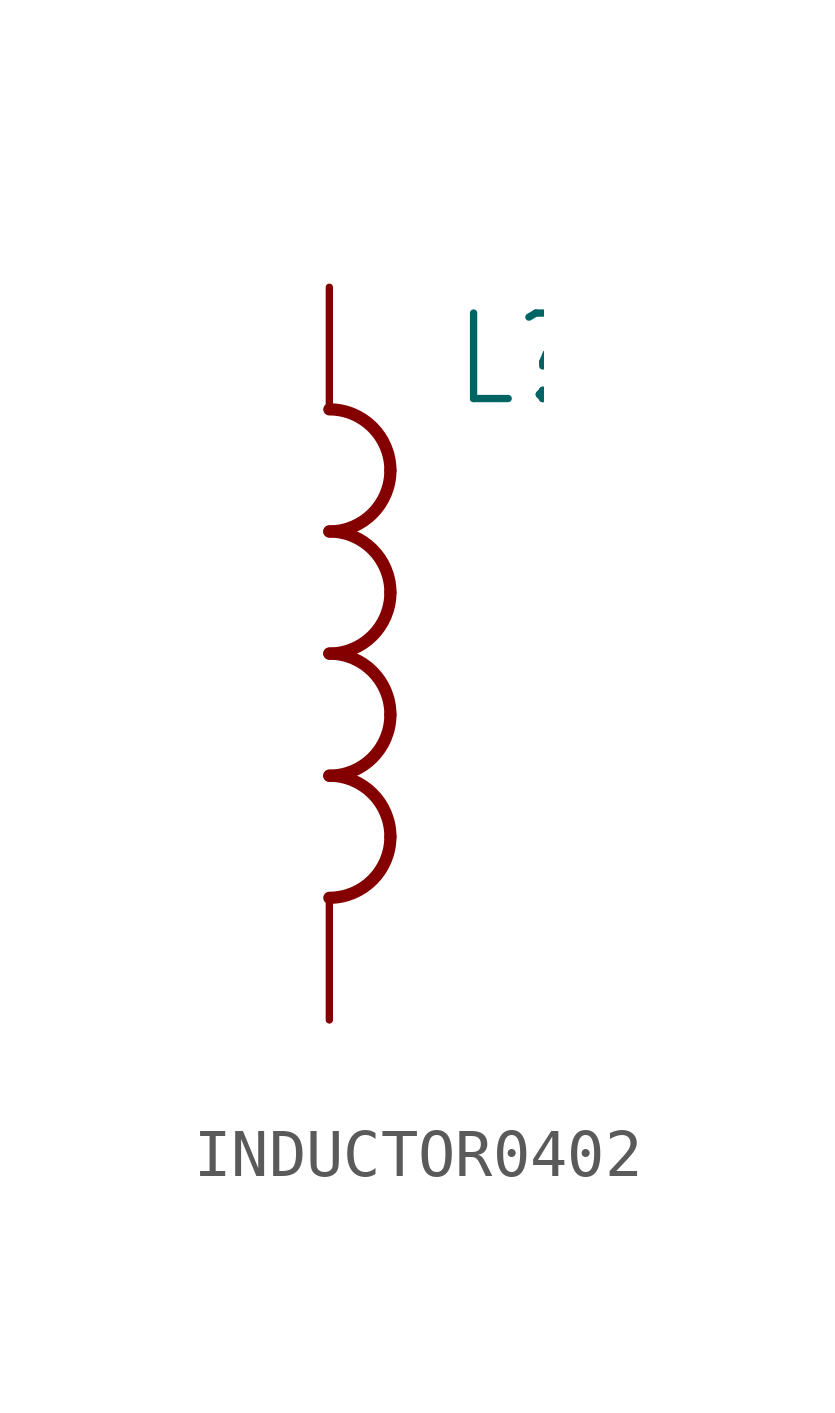
<source format=kicad_sym>
(kicad_symbol_lib
  (version 20220914)
  (generator kicad_symbol_editor)
  (symbol "INDUCTOR0402"
    (property "Reference" "L"
      (at 2.54 5.08 0)
      (effects (font (size 1.778 1.511)) (justify left bottom)))
    (property "Value" ""
      (at 2.54 -5.08 0)
      (effects (font (size 1.778 1.511)) (justify left bottom)))
    (property "ki_locked" ""
      (at 0 0 0)
      (effects (font (size 1.27 1.27))))
    (symbol "INDUCTOR0402_1_0"
      (arc (start 0 -5.08) (mid 0.898 -4.708) (end 1.27 -3.81) (stroke (width 0.254) (type solid)) (fill (type none)))
      (arc (start 0 -2.54) (mid 0.898 -2.168) (end 1.27 -1.27) (stroke (width 0.254) (type solid)) (fill (type none)))
      (arc (start 0 0) (mid 0.898 0.372) (end 1.27 1.27) (stroke (width 0.254) (type solid)) (fill (type none)))
      (arc (start 0 2.54) (mid 0.898 2.912) (end 1.27 3.81) (stroke (width 0.254) (type solid)) (fill (type none)))
      (arc (start 1.27 -3.81) (mid 0.898 -2.912) (end 0 -2.54) (stroke (width 0.254) (type solid)) (fill (type none)))
      (arc (start 1.27 -1.27) (mid 0.898 -0.372) (end 0 0) (stroke (width 0.254) (type solid)) (fill (type none)))
      (arc (start 1.27 1.27) (mid 0.898 2.168) (end 0 2.54) (stroke (width 0.254) (type solid)) (fill (type none)))
      (arc (start 1.27 3.81) (mid 0.898 4.708) (end 0 5.08) (stroke (width 0.254) (type solid)) (fill (type none)))
      (pin passive line (at 0 7.62 270) (length 2.54) (name "1" (effects (font (size 0 0)))) (number "1" (effects (font (size 0 0)))))
      (pin passive line (at 0 -7.62 90) (length 2.54) (name "2" (effects (font (size 0 0)))) (number "2" (effects (font (size 0 0))))))))
</source>
